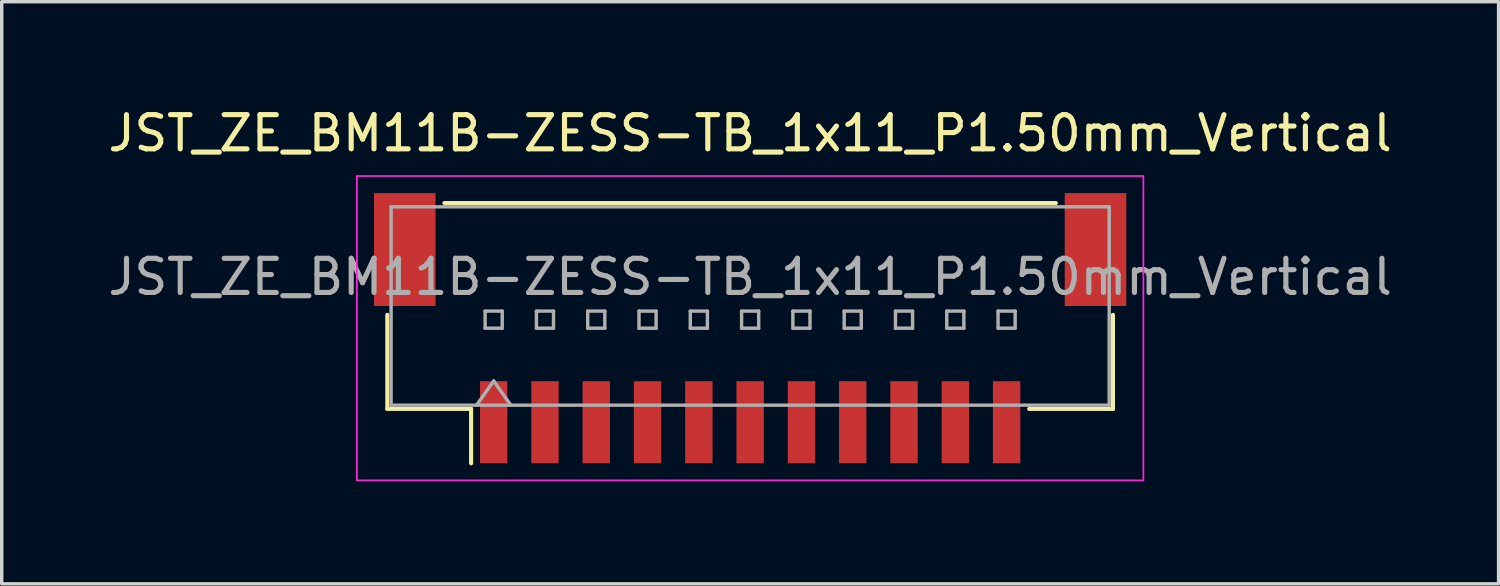
<source format=kicad_pcb>
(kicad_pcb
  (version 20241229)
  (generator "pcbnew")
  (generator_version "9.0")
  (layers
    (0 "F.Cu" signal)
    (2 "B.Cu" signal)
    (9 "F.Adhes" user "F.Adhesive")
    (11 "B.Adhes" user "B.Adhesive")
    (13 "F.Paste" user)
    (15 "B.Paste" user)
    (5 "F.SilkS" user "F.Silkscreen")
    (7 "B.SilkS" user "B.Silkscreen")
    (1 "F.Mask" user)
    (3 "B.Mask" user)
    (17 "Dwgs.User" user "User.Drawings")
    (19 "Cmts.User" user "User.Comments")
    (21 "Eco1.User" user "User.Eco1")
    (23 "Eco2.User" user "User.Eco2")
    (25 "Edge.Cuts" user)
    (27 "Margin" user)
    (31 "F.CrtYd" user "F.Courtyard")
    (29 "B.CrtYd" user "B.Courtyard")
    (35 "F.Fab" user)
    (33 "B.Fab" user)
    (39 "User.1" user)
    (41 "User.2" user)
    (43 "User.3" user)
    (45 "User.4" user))
  (footprint "JST_ZE_BM11B-ZESS-TB_1x11_P1.50mm_Vertical"
    (layer "F.Cu")
    (at 18.887 6.548)
    (property "Reference" "JST_ZE_BM11B-ZESS-TB_1x11_P1.50mm_Vertical" (at 0 -5.7 0) (layer "F.SilkS") (effects (font (size 1 1) (thickness 0.15))))
    (attr smd)
    (fp_line (start -10.61 -0.39) (end -10.61 2.36) (stroke (width 0.12) (type solid)) (layer "F.SilkS"))
    (fp_line (start -10.61 2.36) (end -8.16 2.36) (stroke (width 0.12) (type solid)) (layer "F.SilkS"))
    (fp_line (start -8.94 -3.66) (end 8.94 -3.66) (stroke (width 0.12) (type solid)) (layer "F.SilkS"))
    (fp_line (start -8.16 2.36) (end -8.16 3.95) (stroke (width 0.12) (type solid)) (layer "F.SilkS"))
    (fp_line (start 10.61 -0.39) (end 10.61 2.36) (stroke (width 0.12) (type solid)) (layer "F.SilkS"))
    (fp_line (start 10.61 2.36) (end 8.16 2.36) (stroke (width 0.12) (type solid)) (layer "F.SilkS"))
    (fp_line (start -11.5 -4.45) (end -11.5 4.45) (stroke (width 0.05) (type solid)) (layer "F.CrtYd"))
    (fp_line (start -11.5 4.45) (end 11.5 4.45) (stroke (width 0.05) (type solid)) (layer "F.CrtYd"))
    (fp_line (start 11.5 -4.45) (end -11.5 -4.45) (stroke (width 0.05) (type solid)) (layer "F.CrtYd"))
    (fp_line (start 11.5 4.45) (end 11.5 -4.45) (stroke (width 0.05) (type solid)) (layer "F.CrtYd"))
    (fp_line (start -10.5 -3.55) (end 10.5 -3.55) (stroke (width 0.1) (type solid)) (layer "F.Fab"))
    (fp_line (start -10.5 2.25) (end -10.5 -3.55) (stroke (width 0.1) (type solid)) (layer "F.Fab"))
    (fp_line (start -10.5 2.25) (end 10.5 2.25) (stroke (width 0.1) (type solid)) (layer "F.Fab"))
    (fp_line (start -8 2.25) (end -7.5 1.543) (stroke (width 0.1) (type solid)) (layer "F.Fab"))
    (fp_line (start -7.75 -0.5) (end -7.75 0) (stroke (width 0.1) (type solid)) (layer "F.Fab"))
    (fp_line (start -7.75 0) (end -7.25 0) (stroke (width 0.1) (type solid)) (layer "F.Fab"))
    (fp_line (start -7.5 1.543) (end -7 2.25) (stroke (width 0.1) (type solid)) (layer "F.Fab"))
    (fp_line (start -7.25 -0.5) (end -7.75 -0.5) (stroke (width 0.1) (type solid)) (layer "F.Fab"))
    (fp_line (start -7.25 0) (end -7.25 -0.5) (stroke (width 0.1) (type solid)) (layer "F.Fab"))
    (fp_line (start -6.25 -0.5) (end -6.25 0) (stroke (width 0.1) (type solid)) (layer "F.Fab"))
    (fp_line (start -6.25 0) (end -5.75 0) (stroke (width 0.1) (type solid)) (layer "F.Fab"))
    (fp_line (start -5.75 -0.5) (end -6.25 -0.5) (stroke (width 0.1) (type solid)) (layer "F.Fab"))
    (fp_line (start -5.75 0) (end -5.75 -0.5) (stroke (width 0.1) (type solid)) (layer "F.Fab"))
    (fp_line (start -4.75 -0.5) (end -4.75 0) (stroke (width 0.1) (type solid)) (layer "F.Fab"))
    (fp_line (start -4.75 0) (end -4.25 0) (stroke (width 0.1) (type solid)) (layer "F.Fab"))
    (fp_line (start -4.25 -0.5) (end -4.75 -0.5) (stroke (width 0.1) (type solid)) (layer "F.Fab"))
    (fp_line (start -4.25 0) (end -4.25 -0.5) (stroke (width 0.1) (type solid)) (layer "F.Fab"))
    (fp_line (start -3.25 -0.5) (end -3.25 0) (stroke (width 0.1) (type solid)) (layer "F.Fab"))
    (fp_line (start -3.25 0) (end -2.75 0) (stroke (width 0.1) (type solid)) (layer "F.Fab"))
    (fp_line (start -2.75 -0.5) (end -3.25 -0.5) (stroke (width 0.1) (type solid)) (layer "F.Fab"))
    (fp_line (start -2.75 0) (end -2.75 -0.5) (stroke (width 0.1) (type solid)) (layer "F.Fab"))
    (fp_line (start -1.75 -0.5) (end -1.75 0) (stroke (width 0.1) (type solid)) (layer "F.Fab"))
    (fp_line (start -1.75 0) (end -1.25 0) (stroke (width 0.1) (type solid)) (layer "F.Fab"))
    (fp_line (start -1.25 -0.5) (end -1.75 -0.5) (stroke (width 0.1) (type solid)) (layer "F.Fab"))
    (fp_line (start -1.25 0) (end -1.25 -0.5) (stroke (width 0.1) (type solid)) (layer "F.Fab"))
    (fp_line (start -0.25 -0.5) (end -0.25 0) (stroke (width 0.1) (type solid)) (layer "F.Fab"))
    (fp_line (start -0.25 0) (end 0.25 0) (stroke (width 0.1) (type solid)) (layer "F.Fab"))
    (fp_line (start 0.25 -0.5) (end -0.25 -0.5) (stroke (width 0.1) (type solid)) (layer "F.Fab"))
    (fp_line (start 0.25 0) (end 0.25 -0.5) (stroke (width 0.1) (type solid)) (layer "F.Fab"))
    (fp_line (start 1.25 -0.5) (end 1.25 0) (stroke (width 0.1) (type solid)) (layer "F.Fab"))
    (fp_line (start 1.25 0) (end 1.75 0) (stroke (width 0.1) (type solid)) (layer "F.Fab"))
    (fp_line (start 1.75 -0.5) (end 1.25 -0.5) (stroke (width 0.1) (type solid)) (layer "F.Fab"))
    (fp_line (start 1.75 0) (end 1.75 -0.5) (stroke (width 0.1) (type solid)) (layer "F.Fab"))
    (fp_line (start 2.75 -0.5) (end 2.75 0) (stroke (width 0.1) (type solid)) (layer "F.Fab"))
    (fp_line (start 2.75 0) (end 3.25 0) (stroke (width 0.1) (type solid)) (layer "F.Fab"))
    (fp_line (start 3.25 -0.5) (end 2.75 -0.5) (stroke (width 0.1) (type solid)) (layer "F.Fab"))
    (fp_line (start 3.25 0) (end 3.25 -0.5) (stroke (width 0.1) (type solid)) (layer "F.Fab"))
    (fp_line (start 4.25 -0.5) (end 4.25 0) (stroke (width 0.1) (type solid)) (layer "F.Fab"))
    (fp_line (start 4.25 0) (end 4.75 0) (stroke (width 0.1) (type solid)) (layer "F.Fab"))
    (fp_line (start 4.75 -0.5) (end 4.25 -0.5) (stroke (width 0.1) (type solid)) (layer "F.Fab"))
    (fp_line (start 4.75 0) (end 4.75 -0.5) (stroke (width 0.1) (type solid)) (layer "F.Fab"))
    (fp_line (start 5.75 -0.5) (end 5.75 0) (stroke (width 0.1) (type solid)) (layer "F.Fab"))
    (fp_line (start 5.75 0) (end 6.25 0) (stroke (width 0.1) (type solid)) (layer "F.Fab"))
    (fp_line (start 6.25 -0.5) (end 5.75 -0.5) (stroke (width 0.1) (type solid)) (layer "F.Fab"))
    (fp_line (start 6.25 0) (end 6.25 -0.5) (stroke (width 0.1) (type solid)) (layer "F.Fab"))
    (fp_line (start 7.25 -0.5) (end 7.25 0) (stroke (width 0.1) (type solid)) (layer "F.Fab"))
    (fp_line (start 7.25 0) (end 7.75 0) (stroke (width 0.1) (type solid)) (layer "F.Fab"))
    (fp_line (start 7.75 -0.5) (end 7.25 -0.5) (stroke (width 0.1) (type solid)) (layer "F.Fab"))
    (fp_line (start 7.75 0) (end 7.75 -0.5) (stroke (width 0.1) (type solid)) (layer "F.Fab"))
    (fp_line (start 10.5 2.25) (end 10.5 -3.55) (stroke (width 0.1) (type solid)) (layer "F.Fab"))
    (fp_text user "${REFERENCE}" (at 0 -1.5 0) (layer "F.Fab") (effects (font (size 1 1) (thickness 0.15))))
    (pad "" smd rect (at -10.1 -2.3) (size 1.8 3.3) (layers "F.Cu" "F.Mask" "F.Paste"))
    (pad "" smd rect (at 10.1 -2.3) (size 1.8 3.3) (layers "F.Cu" "F.Mask" "F.Paste"))
    (pad "1" smd rect (at -7.5 2.75) (size 0.8 2.4) (layers "F.Cu" "F.Mask" "F.Paste"))
    (pad "2" smd rect (at -6 2.75) (size 0.8 2.4) (layers "F.Cu" "F.Mask" "F.Paste"))
    (pad "3" smd rect (at -4.5 2.75) (size 0.8 2.4) (layers "F.Cu" "F.Mask" "F.Paste"))
    (pad "4" smd rect (at -3 2.75) (size 0.8 2.4) (layers "F.Cu" "F.Mask" "F.Paste"))
    (pad "5" smd rect (at -1.5 2.75) (size 0.8 2.4) (layers "F.Cu" "F.Mask" "F.Paste"))
    (pad "6" smd rect (at 0 2.75) (size 0.8 2.4) (layers "F.Cu" "F.Mask" "F.Paste"))
    (pad "7" smd rect (at 1.5 2.75) (size 0.8 2.4) (layers "F.Cu" "F.Mask" "F.Paste"))
    (pad "8" smd rect (at 3 2.75) (size 0.8 2.4) (layers "F.Cu" "F.Mask" "F.Paste"))
    (pad "9" smd rect (at 4.5 2.75) (size 0.8 2.4) (layers "F.Cu" "F.Mask" "F.Paste"))
    (pad "10" smd rect (at 6 2.75) (size 0.8 2.4) (layers "F.Cu" "F.Mask" "F.Paste"))
    (pad "11" smd rect (at 7.5 2.75) (size 0.8 2.4) (layers "F.Cu" "F.Mask" "F.Paste")))
  (gr_rect
    (start -3 -3)
    (end 40.774 14.023)
    (stroke (width 0.1) (type default))
    (fill no)
    (layer "Edge.Cuts")))
</source>
